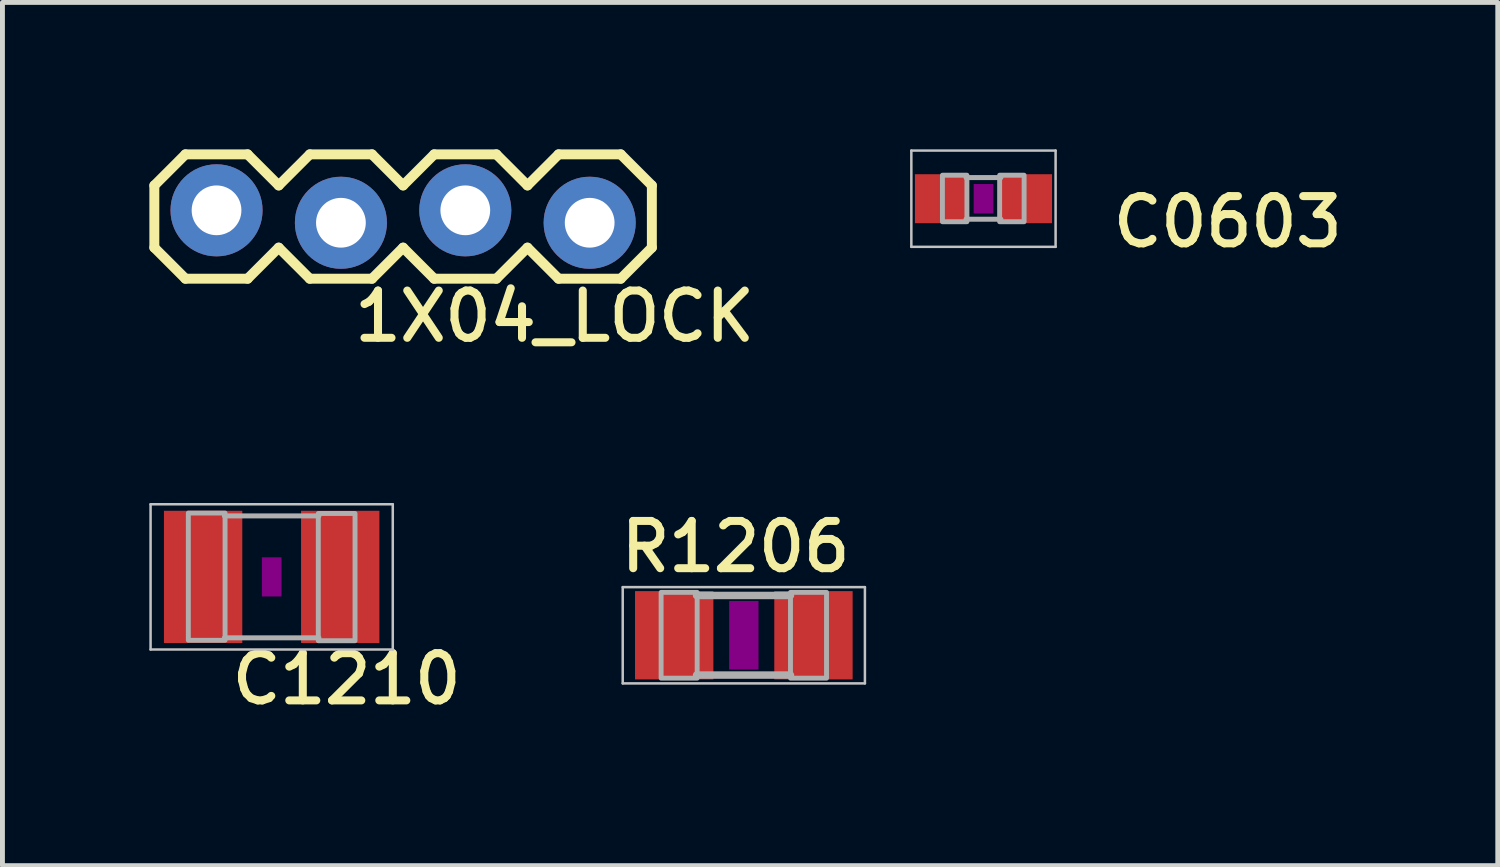
<source format=kicad_pcb>
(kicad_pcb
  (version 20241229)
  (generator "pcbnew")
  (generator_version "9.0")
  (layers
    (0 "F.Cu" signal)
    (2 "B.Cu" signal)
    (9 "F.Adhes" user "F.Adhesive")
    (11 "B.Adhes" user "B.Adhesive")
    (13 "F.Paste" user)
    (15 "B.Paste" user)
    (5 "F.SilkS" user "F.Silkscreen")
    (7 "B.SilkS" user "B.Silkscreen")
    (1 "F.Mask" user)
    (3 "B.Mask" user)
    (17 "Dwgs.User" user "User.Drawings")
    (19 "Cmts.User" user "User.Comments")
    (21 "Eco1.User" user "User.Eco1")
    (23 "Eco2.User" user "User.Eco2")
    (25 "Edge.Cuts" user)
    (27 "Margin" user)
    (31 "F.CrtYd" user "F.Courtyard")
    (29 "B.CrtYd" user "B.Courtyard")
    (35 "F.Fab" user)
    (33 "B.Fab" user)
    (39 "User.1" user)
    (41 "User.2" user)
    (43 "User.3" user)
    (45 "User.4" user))
  (footprint "R1206"
    (layer "F.Cu")
    (at 12.14 9.923)
    (property "Reference" "R1206" (at -2.597 -1.243 180) (layer "F.SilkS") (effects (font (size 0.965 0.965) (thickness 0.164)) (justify left bottom)))
    (attr through_hole)
    (fp_poly (pts (xy -0.3 0.7) (xy 0.3 0.7) (xy 0.3 -0.7) (xy -0.3 -0.7)) (stroke (width 0) (type solid)) (fill yes) (layer "F.Adhes"))
    (fp_line (start -2.473 -0.983) (end 2.473 -0.983) (stroke (width 0.051) (type solid)) (layer "Dwgs.User"))
    (fp_line (start -2.473 0.983) (end -2.473 -0.983) (stroke (width 0.051) (type solid)) (layer "Dwgs.User"))
    (fp_line (start 2.473 -0.983) (end 2.473 0.983) (stroke (width 0.051) (type solid)) (layer "Dwgs.User"))
    (fp_line (start 2.473 0.983) (end -2.473 0.983) (stroke (width 0.051) (type solid)) (layer "Dwgs.User"))
    (fp_line (start 0.953 -0.813) (end -0.965 -0.813) (stroke (width 0.152) (type solid)) (layer "F.Fab"))
    (fp_line (start 0.953 0.813) (end -0.965 0.813) (stroke (width 0.152) (type solid)) (layer "F.Fab"))
    (fp_poly (pts (xy -1.689 0.876) (xy -0.953 0.876) (xy -0.953 -0.876) (xy -1.689 -0.876)) (stroke (width 0.1) (type solid)) (fill no) (layer "F.Fab"))
    (fp_poly (pts (xy 0.953 0.876) (xy 1.689 0.876) (xy 1.689 -0.876) (xy 0.953 -0.876)) (stroke (width 0.1) (type solid)) (fill no) (layer "F.Fab"))
    (pad "1" smd rect (at -1.422 0) (size 1.6 1.803) (layers "F.Cu" "F.Mask" "F.Paste"))
    (pad "2" smd rect (at 1.422 0) (size 1.6 1.803) (layers "F.Cu" "F.Mask" "F.Paste")))
  (footprint "C1210"
    (layer "F.Cu")
    (at 2.498 8.731)
    (property "Reference" "C1210" (at -0.897 2.649 0) (layer "F.SilkS") (effects (font (size 0.965 0.965) (thickness 0.164)) (justify left bottom)))
    (attr through_hole)
    (fp_poly (pts (xy -0.2 0.4) (xy 0.2 0.4) (xy 0.2 -0.4) (xy -0.2 -0.4)) (stroke (width 0) (type solid)) (fill yes) (layer "F.Adhes"))
    (fp_line (start -2.473 -1.483) (end 2.473 -1.483) (stroke (width 0.051) (type solid)) (layer "Dwgs.User"))
    (fp_line (start -2.473 1.483) (end -2.473 -1.483) (stroke (width 0.051) (type solid)) (layer "Dwgs.User"))
    (fp_line (start 2.473 -1.483) (end 2.473 1.483) (stroke (width 0.051) (type solid)) (layer "Dwgs.User"))
    (fp_line (start 2.473 1.483) (end -2.473 1.483) (stroke (width 0.051) (type solid)) (layer "Dwgs.User"))
    (fp_line (start -0.965 -1.245) (end 0.965 -1.245) (stroke (width 0.102) (type solid)) (layer "F.Fab"))
    (fp_line (start -0.965 1.245) (end 0.965 1.245) (stroke (width 0.102) (type solid)) (layer "F.Fab"))
    (fp_poly (pts (xy -1.702 1.295) (xy -0.952 1.295) (xy -0.952 -1.304) (xy -1.702 -1.304)) (stroke (width 0.1) (type solid)) (fill no) (layer "F.Fab"))
    (fp_poly (pts (xy 0.952 1.304) (xy 1.702 1.304) (xy 1.702 -1.295) (xy 0.952 -1.295)) (stroke (width 0.1) (type solid)) (fill no) (layer "F.Fab"))
    (pad "1" smd rect (at -1.4 0) (size 1.6 2.7) (layers "F.Cu" "F.Mask" "F.Paste"))
    (pad "2" smd rect (at 1.4 0) (size 1.6 2.7) (layers "F.Cu" "F.Mask" "F.Paste")))
  (footprint "1X04_LOCK"
    (layer "F.Cu")
    (at 1.372 1.372)
    (property "Reference" "1X04_LOCK" (at 2.73 2.603 0) (layer "F.SilkS") (effects (font (size 0.965 0.965) (thickness 0.164)) (justify left bottom)))
    (attr through_hole)
    (fp_line (start -1.27 -0.635) (end -1.27 0.635) (stroke (width 0.203) (type solid)) (layer "F.SilkS"))
    (fp_line (start -1.27 0.635) (end -0.635 1.27) (stroke (width 0.203) (type solid)) (layer "F.SilkS"))
    (fp_line (start -0.635 -1.27) (end -1.27 -0.635) (stroke (width 0.203) (type solid)) (layer "F.SilkS"))
    (fp_line (start -0.635 -1.27) (end 0.635 -1.27) (stroke (width 0.203) (type solid)) (layer "F.SilkS"))
    (fp_line (start 0.635 -1.27) (end 1.27 -0.635) (stroke (width 0.203) (type solid)) (layer "F.SilkS"))
    (fp_line (start 0.635 1.27) (end -0.635 1.27) (stroke (width 0.203) (type solid)) (layer "F.SilkS"))
    (fp_line (start 1.27 -0.635) (end 1.905 -1.27) (stroke (width 0.203) (type solid)) (layer "F.SilkS"))
    (fp_line (start 1.27 0.635) (end 0.635 1.27) (stroke (width 0.203) (type solid)) (layer "F.SilkS"))
    (fp_line (start 1.905 -1.27) (end 3.175 -1.27) (stroke (width 0.203) (type solid)) (layer "F.SilkS"))
    (fp_line (start 1.905 1.27) (end 1.27 0.635) (stroke (width 0.203) (type solid)) (layer "F.SilkS"))
    (fp_line (start 3.175 -1.27) (end 3.81 -0.635) (stroke (width 0.203) (type solid)) (layer "F.SilkS"))
    (fp_line (start 3.175 1.27) (end 1.905 1.27) (stroke (width 0.203) (type solid)) (layer "F.SilkS"))
    (fp_line (start 3.81 -0.635) (end 4.445 -1.27) (stroke (width 0.203) (type solid)) (layer "F.SilkS"))
    (fp_line (start 3.81 0.635) (end 3.175 1.27) (stroke (width 0.203) (type solid)) (layer "F.SilkS"))
    (fp_line (start 4.445 -1.27) (end 5.715 -1.27) (stroke (width 0.203) (type solid)) (layer "F.SilkS"))
    (fp_line (start 4.445 1.27) (end 3.81 0.635) (stroke (width 0.203) (type solid)) (layer "F.SilkS"))
    (fp_line (start 5.715 -1.27) (end 6.35 -0.635) (stroke (width 0.203) (type solid)) (layer "F.SilkS"))
    (fp_line (start 5.715 1.27) (end 4.445 1.27) (stroke (width 0.203) (type solid)) (layer "F.SilkS"))
    (fp_line (start 6.35 0.635) (end 5.715 1.27) (stroke (width 0.203) (type solid)) (layer "F.SilkS"))
    (fp_line (start 6.35 0.635) (end 6.985 1.27) (stroke (width 0.203) (type solid)) (layer "F.SilkS"))
    (fp_line (start 6.985 -1.27) (end 6.35 -0.635) (stroke (width 0.203) (type solid)) (layer "F.SilkS"))
    (fp_line (start 6.985 -1.27) (end 8.255 -1.27) (stroke (width 0.203) (type solid)) (layer "F.SilkS"))
    (fp_line (start 8.255 -1.27) (end 8.89 -0.635) (stroke (width 0.203) (type solid)) (layer "F.SilkS"))
    (fp_line (start 8.255 1.27) (end 6.985 1.27) (stroke (width 0.203) (type solid)) (layer "F.SilkS"))
    (fp_line (start 8.89 -0.635) (end 8.89 0.635) (stroke (width 0.203) (type solid)) (layer "F.SilkS"))
    (fp_line (start 8.89 0.635) (end 8.255 1.27) (stroke (width 0.203) (type solid)) (layer "F.SilkS"))
    (fp_poly (pts (xy -0.254 0.254) (xy 0.254 0.254) (xy 0.254 -0.254) (xy -0.254 -0.254)) (stroke (width 0.1) (type solid)) (fill no) (layer "F.Fab"))
    (fp_poly (pts (xy 2.286 0.254) (xy 2.794 0.254) (xy 2.794 -0.254) (xy 2.286 -0.254)) (stroke (width 0.1) (type solid)) (fill no) (layer "F.Fab"))
    (fp_poly (pts (xy 4.826 0.254) (xy 5.334 0.254) (xy 5.334 -0.254) (xy 4.826 -0.254)) (stroke (width 0.1) (type solid)) (fill no) (layer "F.Fab"))
    (fp_poly (pts (xy 7.366 0.254) (xy 7.874 0.254) (xy 7.874 -0.254) (xy 7.366 -0.254)) (stroke (width 0.1) (type solid)) (fill no) (layer "F.Fab"))
    (pad "1" thru_hole circle (at 0 -0.127 90) (size 1.88 1.88) (drill 1.016) (layers "*.Cu" "*.Mask"))
    (pad "2" thru_hole circle (at 2.54 0.127 90) (size 1.88 1.88) (drill 1.016) (layers "*.Cu" "*.Mask"))
    (pad "3" thru_hole circle (at 5.08 -0.127 90) (size 1.88 1.88) (drill 1.016) (layers "*.Cu" "*.Mask"))
    (pad "4" thru_hole circle (at 7.62 0.127 90) (size 1.88 1.88) (drill 1.016) (layers "*.Cu" "*.Mask")))
  (footprint "C0603"
    (layer "F.Cu")
    (at 17.034 1.008)
    (property "Reference" "C0603" (at 2.561 1.038 0) (layer "F.SilkS") (effects (font (size 0.965 0.965) (thickness 0.164)) (justify left bottom)))
    (attr through_hole)
    (fp_poly (pts (xy -0.2 0.3) (xy 0.2 0.3) (xy 0.2 -0.3) (xy -0.2 -0.3)) (stroke (width 0) (type solid)) (fill yes) (layer "F.Adhes"))
    (fp_line (start -1.473 -0.983) (end 1.473 -0.983) (stroke (width 0.051) (type solid)) (layer "Dwgs.User"))
    (fp_line (start -1.473 0.983) (end -1.473 -0.983) (stroke (width 0.051) (type solid)) (layer "Dwgs.User"))
    (fp_line (start 1.473 -0.983) (end 1.473 0.983) (stroke (width 0.051) (type solid)) (layer "Dwgs.User"))
    (fp_line (start 1.473 0.983) (end -1.473 0.983) (stroke (width 0.051) (type solid)) (layer "Dwgs.User"))
    (fp_line (start -0.356 -0.432) (end 0.356 -0.432) (stroke (width 0.102) (type solid)) (layer "F.Fab"))
    (fp_line (start -0.356 0.419) (end 0.356 0.419) (stroke (width 0.102) (type solid)) (layer "F.Fab"))
    (fp_poly (pts (xy -0.838 0.47) (xy -0.338 0.47) (xy -0.338 -0.48) (xy -0.838 -0.48)) (stroke (width 0.1) (type solid)) (fill no) (layer "F.Fab"))
    (fp_poly (pts (xy 0.33 0.47) (xy 0.83 0.47) (xy 0.83 -0.48) (xy 0.33 -0.48)) (stroke (width 0.1) (type solid)) (fill no) (layer "F.Fab"))
    (pad "1" smd rect (at -0.85 0) (size 1.1 1) (layers "F.Cu" "F.Mask" "F.Paste"))
    (pad "2" smd rect (at 0.85 0) (size 1.1 1) (layers "F.Cu" "F.Mask" "F.Paste")))
  (gr_rect
    (start -3 -3)
    (end 27.537 14.628)
    (stroke (width 0.1) (type default))
    (fill no)
    (layer "Edge.Cuts")))
</source>
